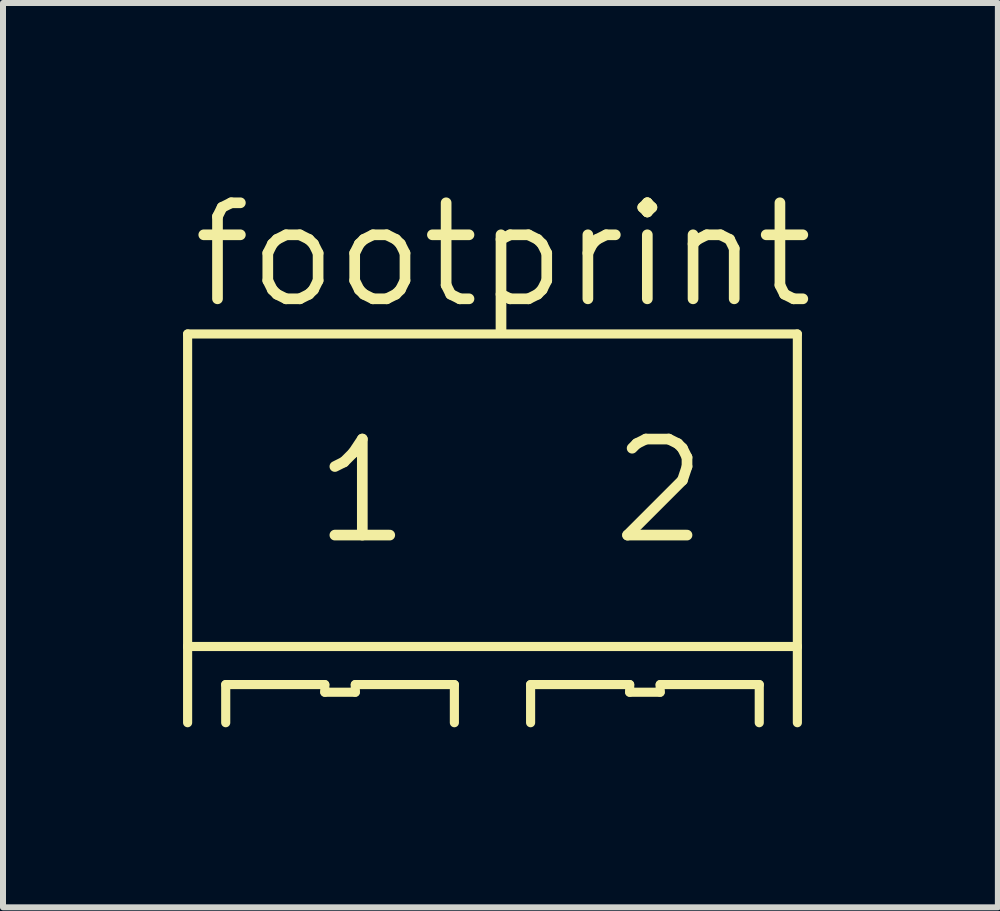
<source format=kicad_pcb>
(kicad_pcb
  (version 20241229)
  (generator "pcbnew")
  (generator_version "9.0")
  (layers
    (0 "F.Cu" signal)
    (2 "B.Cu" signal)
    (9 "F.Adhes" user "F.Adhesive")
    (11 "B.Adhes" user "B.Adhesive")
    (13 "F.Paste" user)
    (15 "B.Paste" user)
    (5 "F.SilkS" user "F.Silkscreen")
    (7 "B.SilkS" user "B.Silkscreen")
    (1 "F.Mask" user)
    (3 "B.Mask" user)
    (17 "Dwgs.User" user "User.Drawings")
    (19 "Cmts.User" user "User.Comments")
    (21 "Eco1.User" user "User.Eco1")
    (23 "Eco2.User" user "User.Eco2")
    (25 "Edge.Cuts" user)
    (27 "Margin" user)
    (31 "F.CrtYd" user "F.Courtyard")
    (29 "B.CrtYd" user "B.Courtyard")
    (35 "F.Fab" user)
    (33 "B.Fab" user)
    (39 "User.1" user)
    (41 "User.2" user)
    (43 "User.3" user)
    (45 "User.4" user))
  (footprint "footprint"
    (layer "F.Cu")
    (at 5.156 6.071)
    (property "Reference" "footprint" (at -5.08 -3.937 0) (layer "F.SilkS") (effects (font (size 1.6 1.6) (thickness 0.178)) (justify left bottom)))
    (fp_line (start -5.08 -3.556) (end 5.08 -3.556) (stroke (width 0.152) (type solid)) (layer "F.SilkS"))
    (fp_line (start -5.08 1.651) (end -5.08 -3.556) (stroke (width 0.152) (type solid)) (layer "F.SilkS"))
    (fp_line (start -5.08 1.651) (end 5.08 1.651) (stroke (width 0.152) (type solid)) (layer "F.SilkS"))
    (fp_line (start -5.08 2.921) (end -5.08 1.651) (stroke (width 0.152) (type solid)) (layer "F.SilkS"))
    (fp_line (start -4.445 2.286) (end -4.445 2.921) (stroke (width 0.152) (type solid)) (layer "F.SilkS"))
    (fp_line (start -2.794 2.286) (end -4.445 2.286) (stroke (width 0.152) (type solid)) (layer "F.SilkS"))
    (fp_line (start -2.794 2.413) (end -2.794 2.286) (stroke (width 0.152) (type solid)) (layer "F.SilkS"))
    (fp_line (start -2.286 2.286) (end -2.286 2.413) (stroke (width 0.152) (type solid)) (layer "F.SilkS"))
    (fp_line (start -2.286 2.413) (end -2.794 2.413) (stroke (width 0.152) (type solid)) (layer "F.SilkS"))
    (fp_line (start -0.635 2.286) (end -2.286 2.286) (stroke (width 0.152) (type solid)) (layer "F.SilkS"))
    (fp_line (start -0.635 2.921) (end -0.635 2.286) (stroke (width 0.152) (type solid)) (layer "F.SilkS"))
    (fp_line (start 0.635 2.286) (end 0.635 2.921) (stroke (width 0.152) (type solid)) (layer "F.SilkS"))
    (fp_line (start 2.286 2.286) (end 0.635 2.286) (stroke (width 0.152) (type solid)) (layer "F.SilkS"))
    (fp_line (start 2.286 2.413) (end 2.286 2.286) (stroke (width 0.152) (type solid)) (layer "F.SilkS"))
    (fp_line (start 2.794 2.286) (end 2.794 2.413) (stroke (width 0.152) (type solid)) (layer "F.SilkS"))
    (fp_line (start 2.794 2.413) (end 2.286 2.413) (stroke (width 0.152) (type solid)) (layer "F.SilkS"))
    (fp_line (start 4.445 2.286) (end 2.794 2.286) (stroke (width 0.152) (type solid)) (layer "F.SilkS"))
    (fp_line (start 4.445 2.921) (end 4.445 2.286) (stroke (width 0.152) (type solid)) (layer "F.SilkS"))
    (fp_line (start 5.08 -3.556) (end 5.08 1.651) (stroke (width 0.152) (type solid)) (layer "F.SilkS"))
    (fp_line (start 5.08 1.651) (end 5.08 2.921) (stroke (width 0.152) (type solid)) (layer "F.SilkS"))
    (fp_text user "2" (at 1.905 0 0) (layer "F.SilkS") (effects (font (size 1.6 1.6) (thickness 0.178)) (justify left bottom)))
    (fp_text user "1" (at -3.048 0 0) (layer "F.SilkS") (effects (font (size 1.6 1.6) (thickness 0.178)) (justify left bottom))))
  (gr_rect
    (start -3 -3)
    (end 13.577 12.068)
    (stroke (width 0.1) (type default))
    (fill no)
    (layer "Edge.Cuts")))
</source>
